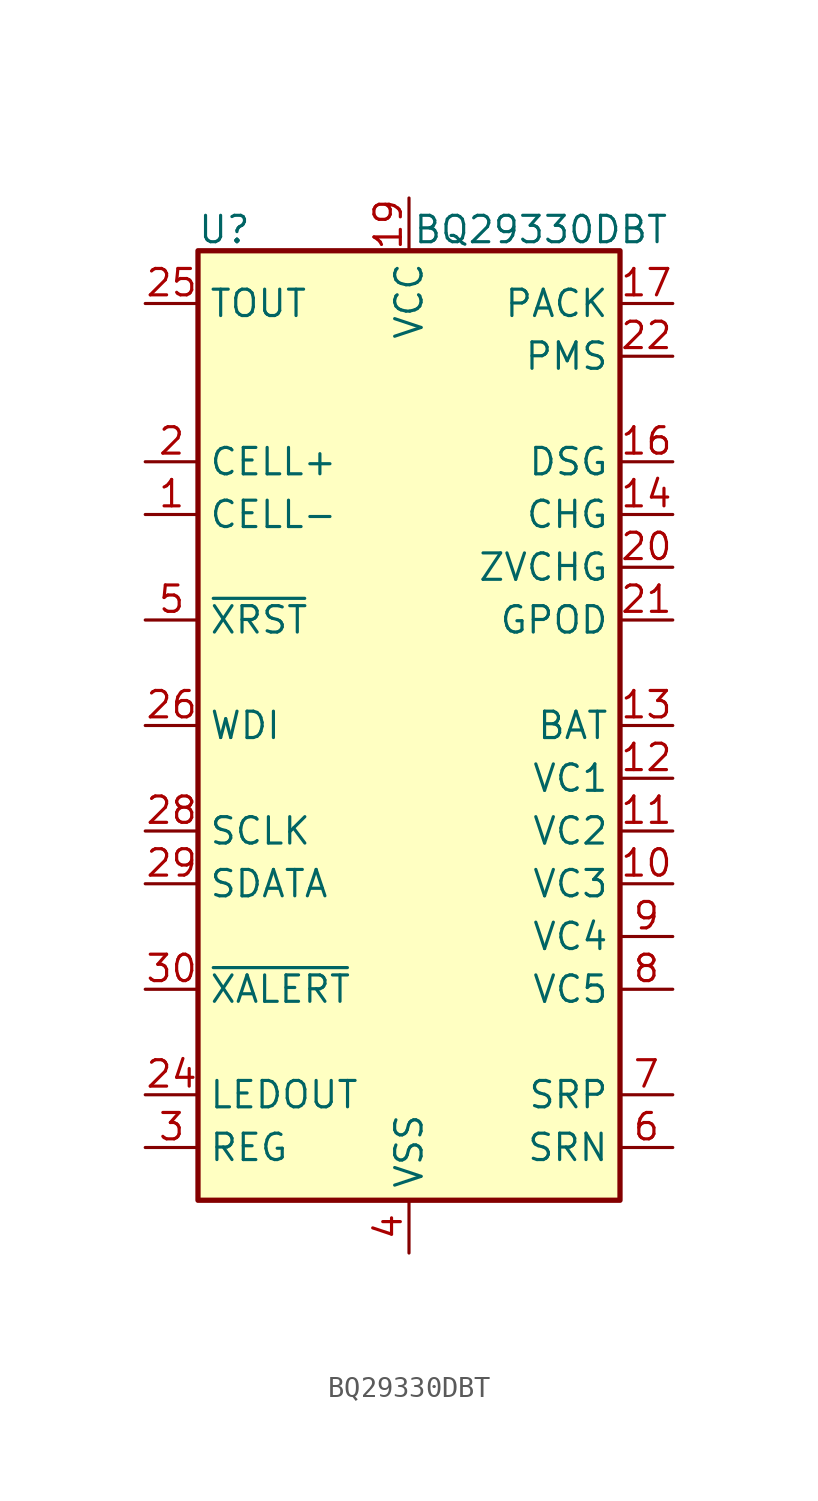
<source format=kicad_sym>
(kicad_symbol_lib
  (version 20241209)
  (generator "kicad_symbol_editor")
  (generator_version "9.0")
  (symbol "BQ29330DBT"
    (property "Reference" "U"
      (at -8.89 23.876 0)
      (effects (font (size 1.27 1.27))))
    (property "Value" "BQ29330DBT"
      (at 6.35 23.876 0)
      (effects (font (size 1.27 1.27))))
    (symbol "BQ29330DBT_0_0"
      (pin output line (at -12.7 20.32 0) (length 2.54) (name "TOUT" (effects (font (size 1.27 1.27)))) (number "25" (effects (font (size 1.27 1.27)))))
      (pin output line (at -12.7 12.7 0) (length 2.54) (name "CELL+" (effects (font (size 1.27 1.27)))) (number "2" (effects (font (size 1.27 1.27)))))
      (pin output line (at -12.7 10.16 0) (length 2.54) (name "CELL-" (effects (font (size 1.27 1.27)))) (number "1" (effects (font (size 1.27 1.27)))))
      (pin input line (at -12.7 0 0) (length 2.54) (name "WDI" (effects (font (size 1.27 1.27)))) (number "26" (effects (font (size 1.27 1.27)))))
      (pin input line (at -12.7 -5.08 0) (length 2.54) (name "SCLK" (effects (font (size 1.27 1.27)))) (number "28" (effects (font (size 1.27 1.27)))))
      (pin bidirectional line (at -12.7 -7.62 0) (length 2.54) (name "SDATA" (effects (font (size 1.27 1.27)))) (number "29" (effects (font (size 1.27 1.27)))))
      (pin output line (at -12.7 -17.78 0) (length 2.54) (name "LEDOUT" (effects (font (size 1.27 1.27)))) (number "24" (effects (font (size 1.27 1.27)))))
      (pin output line (at -12.7 -20.32 0) (length 2.54) (name "REG" (effects (font (size 1.27 1.27)))) (number "3" (effects (font (size 1.27 1.27)))))
      (pin power_in line (at 0 25.4 270) (length 2.54) (name "VCC" (effects (font (size 1.27 1.27)))) (number "19" (effects (font (size 1.27 1.27)))))
      (pin power_in line (at 0 -25.4 90) (length 2.54) (name "VSS" (effects (font (size 1.27 1.27)))) (number "4" (effects (font (size 1.27 1.27)))))
      (pin power_in line (at 12.7 20.32 180) (length 2.54) (name "PACK" (effects (font (size 1.27 1.27)))) (number "17" (effects (font (size 1.27 1.27)))))
      (pin input line (at 12.7 17.78 180) (length 2.54) (name "PMS" (effects (font (size 1.27 1.27)))) (number "22" (effects (font (size 1.27 1.27)))))
      (pin output line (at 12.7 12.7 180) (length 2.54) (name "DSG" (effects (font (size 1.27 1.27)))) (number "16" (effects (font (size 1.27 1.27)))))
      (pin output line (at 12.7 10.16 180) (length 2.54) (name "CHG" (effects (font (size 1.27 1.27)))) (number "14" (effects (font (size 1.27 1.27)))))
      (pin output line (at 12.7 7.62 180) (length 2.54) (name "ZVCHG" (effects (font (size 1.27 1.27)))) (number "20" (effects (font (size 1.27 1.27)))))
      (pin power_in line (at 12.7 0 180) (length 2.54) (name "BAT" (effects (font (size 1.27 1.27)))) (number "13" (effects (font (size 1.27 1.27)))))
      (pin input line (at 12.7 -2.54 180) (length 2.54) (name "VC1" (effects (font (size 1.27 1.27)))) (number "12" (effects (font (size 1.27 1.27)))))
      (pin input line (at 12.7 -5.08 180) (length 2.54) (name "VC2" (effects (font (size 1.27 1.27)))) (number "11" (effects (font (size 1.27 1.27)))))
      (pin input line (at 12.7 -7.62 180) (length 2.54) (name "VC3" (effects (font (size 1.27 1.27)))) (number "10" (effects (font (size 1.27 1.27)))))
      (pin input line (at 12.7 -10.16 180) (length 2.54) (name "VC4" (effects (font (size 1.27 1.27)))) (number "9" (effects (font (size 1.27 1.27)))))
      (pin input line (at 12.7 -12.7 180) (length 2.54) (name "VC5" (effects (font (size 1.27 1.27)))) (number "8" (effects (font (size 1.27 1.27)))))
      (pin input line (at 12.7 -17.78 180) (length 2.54) (name "SRP" (effects (font (size 1.27 1.27)))) (number "7" (effects (font (size 1.27 1.27)))))
      (pin input line (at 12.7 -20.32 180) (length 2.54) (name "SRN" (effects (font (size 1.27 1.27)))) (number "6" (effects (font (size 1.27 1.27))))))
    (symbol "BQ29330DBT_0_1"
      (rectangle (start -10.16 22.86) (end 10.16 -22.86) (stroke (width 0.254) (type default)) (fill (type background))))
    (symbol "BQ29330DBT_1_0"
      (pin output line (at -12.7 5.08 0) (length 2.54) (name "~{XRST}" (effects (font (size 1.27 1.27)))) (number "5" (effects (font (size 1.27 1.27)))))
      (pin open_collector line (at -12.7 -12.7 0) (length 2.54) (name "~{XALERT}" (effects (font (size 1.27 1.27)))) (number "30" (effects (font (size 1.27 1.27)))))
      (pin no_connect line (at -10.16 15.24 0) (length 2.54) (hide yes) (name "NC" (effects (font (size 1.27 1.27)))) (number "18" (effects (font (size 1.27 1.27)))))
      (pin no_connect line (at -10.16 7.62 0) (length 2.54) (hide yes) (name "NC" (effects (font (size 1.27 1.27)))) (number "27" (effects (font (size 1.27 1.27)))))
      (pin passive line (at 0 -25.4 90) (length 2.54) (hide yes) (name "VSS" (effects (font (size 1.27 1.27)))) (number "23" (effects (font (size 1.27 1.27)))))
      (pin no_connect line (at 10.16 2.54 180) (length 2.54) (hide yes) (name "NC" (effects (font (size 1.27 1.27)))) (number "15" (effects (font (size 1.27 1.27)))))
      (pin open_collector line (at 12.7 5.08 180) (length 2.54) (name "GPOD" (effects (font (size 1.27 1.27)))) (number "21" (effects (font (size 1.27 1.27))))))))
</source>
